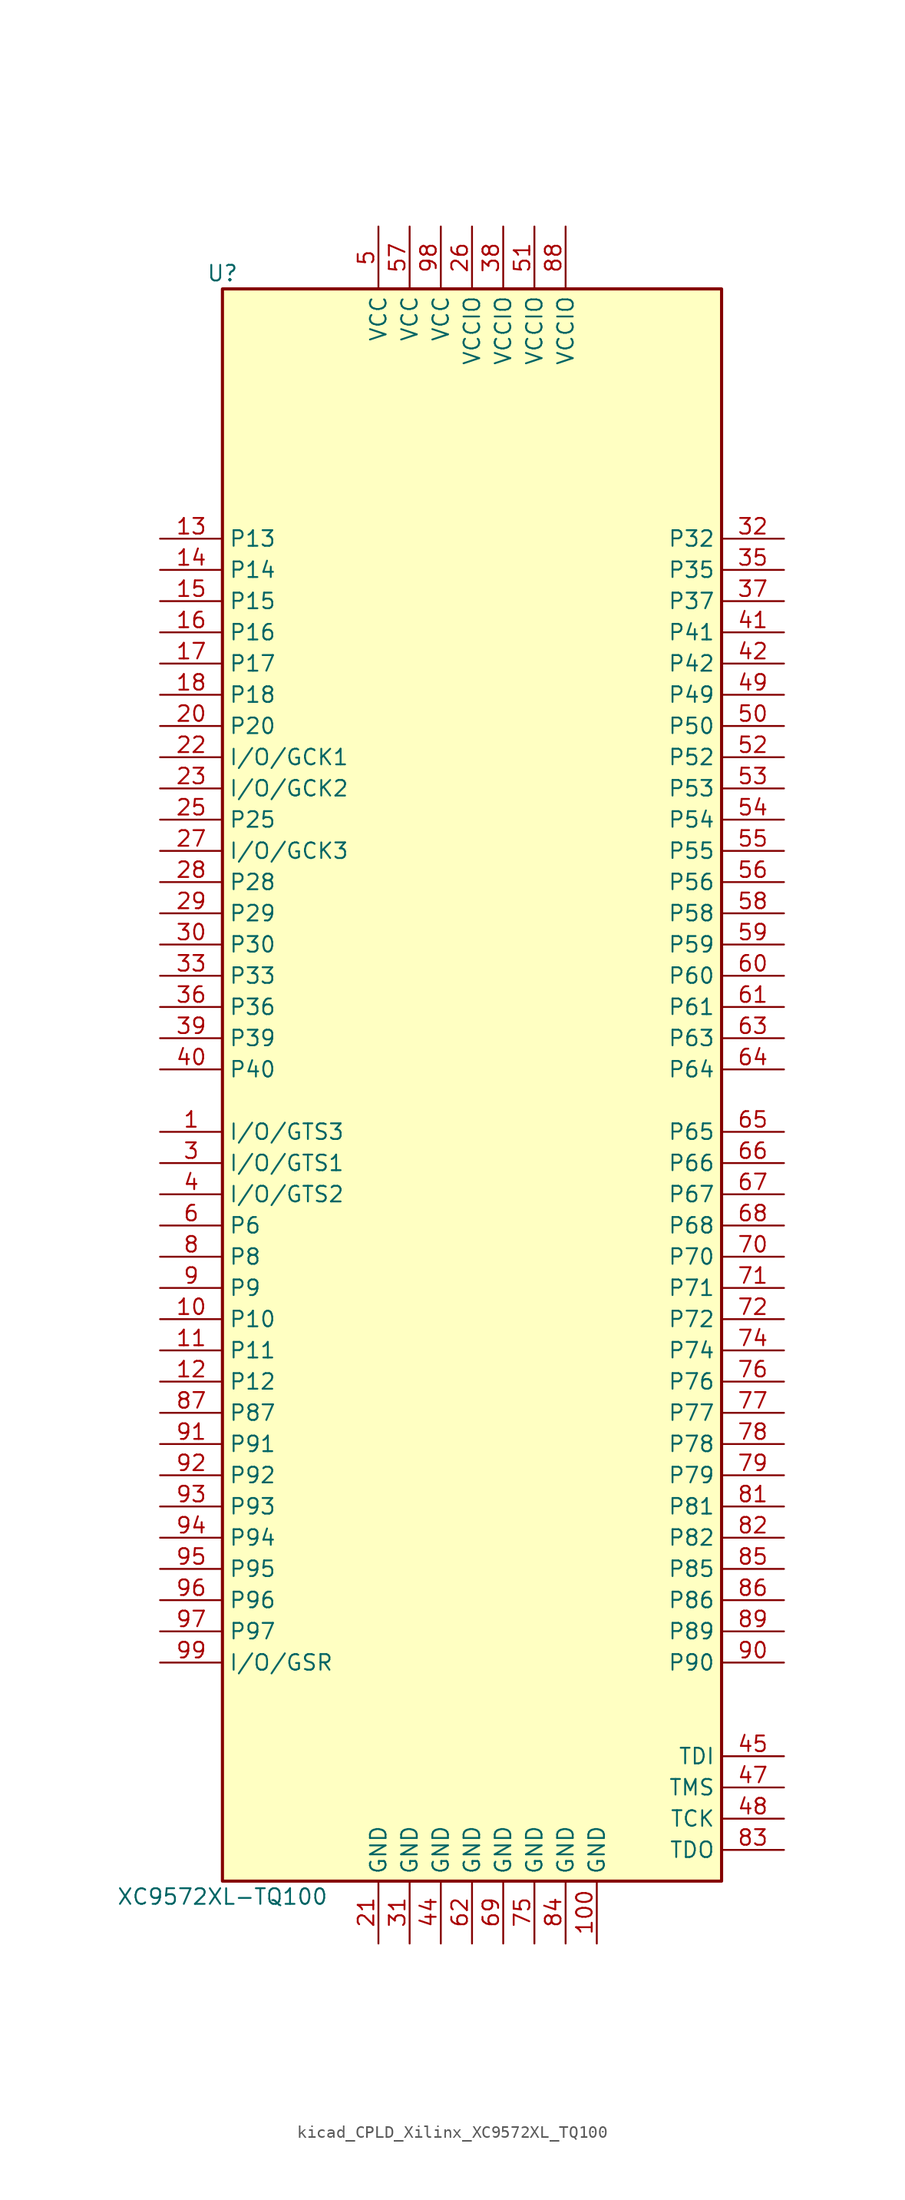
<source format=kicad_sym>
(kicad_symbol_lib
  (version 20220914)
  (generator kicad_symbol_editor)
  (symbol "kicad_CPLD_Xilinx_XC9572XL_TQ100"
    (property "Reference" "U"
      (at -20.32 64.77 0)
      (effects (font (size 1.27 1.27))))
    (property "Value" "XC9572XL-TQ100"
      (at -20.32 -67.31 0)
      (effects (font (size 1.27 1.27))))
    (symbol "kicad_CPLD_Xilinx_XC9572XL_TQ100_1_1"
      (rectangle (start -20.32 63.5) (end 20.32 -66.04) (stroke (width 0.254) (type default)) (fill (type background)))
      (pin bidirectional line (at -25.4 -5.08 0) (length 5.08) (name "I/O/GTS3" (effects (font (size 1.27 1.27)))) (number "1" (effects (font (size 1.27 1.27)))))
      (pin bidirectional line (at -25.4 -20.32 0) (length 5.08) (name "P10" (effects (font (size 1.27 1.27)))) (number "10" (effects (font (size 1.27 1.27)))))
      (pin power_in line (at 10.16 -71.12 90) (length 5.08) (name "GND" (effects (font (size 1.27 1.27)))) (number "100" (effects (font (size 1.27 1.27)))))
      (pin bidirectional line (at -25.4 -22.86 0) (length 5.08) (name "P11" (effects (font (size 1.27 1.27)))) (number "11" (effects (font (size 1.27 1.27)))))
      (pin bidirectional line (at -25.4 -25.4 0) (length 5.08) (name "P12" (effects (font (size 1.27 1.27)))) (number "12" (effects (font (size 1.27 1.27)))))
      (pin bidirectional line (at -25.4 43.18 0) (length 5.08) (name "P13" (effects (font (size 1.27 1.27)))) (number "13" (effects (font (size 1.27 1.27)))))
      (pin bidirectional line (at -25.4 40.64 0) (length 5.08) (name "P14" (effects (font (size 1.27 1.27)))) (number "14" (effects (font (size 1.27 1.27)))))
      (pin bidirectional line (at -25.4 38.1 0) (length 5.08) (name "P15" (effects (font (size 1.27 1.27)))) (number "15" (effects (font (size 1.27 1.27)))))
      (pin bidirectional line (at -25.4 35.56 0) (length 5.08) (name "P16" (effects (font (size 1.27 1.27)))) (number "16" (effects (font (size 1.27 1.27)))))
      (pin bidirectional line (at -25.4 33.02 0) (length 5.08) (name "P17" (effects (font (size 1.27 1.27)))) (number "17" (effects (font (size 1.27 1.27)))))
      (pin bidirectional line (at -25.4 30.48 0) (length 5.08) (name "P18" (effects (font (size 1.27 1.27)))) (number "18" (effects (font (size 1.27 1.27)))))
      (pin no_connect line (at -20.32 55.88 0) (length 0) hide (name "NC" (effects (font (size 1.27 1.27)))) (number "19" (effects (font (size 1.27 1.27)))))
      (pin no_connect line (at -20.32 60.96 0) (length 0) hide (name "NC" (effects (font (size 1.27 1.27)))) (number "2" (effects (font (size 1.27 1.27)))))
      (pin bidirectional line (at -25.4 27.94 0) (length 5.08) (name "P20" (effects (font (size 1.27 1.27)))) (number "20" (effects (font (size 1.27 1.27)))))
      (pin power_in line (at -7.62 -71.12 90) (length 5.08) (name "GND" (effects (font (size 1.27 1.27)))) (number "21" (effects (font (size 1.27 1.27)))))
      (pin bidirectional line (at -25.4 25.4 0) (length 5.08) (name "I/O/GCK1" (effects (font (size 1.27 1.27)))) (number "22" (effects (font (size 1.27 1.27)))))
      (pin bidirectional line (at -25.4 22.86 0) (length 5.08) (name "I/O/GCK2" (effects (font (size 1.27 1.27)))) (number "23" (effects (font (size 1.27 1.27)))))
      (pin no_connect line (at -20.32 53.34 0) (length 0) hide (name "NC" (effects (font (size 1.27 1.27)))) (number "24" (effects (font (size 1.27 1.27)))))
      (pin bidirectional line (at -25.4 20.32 0) (length 5.08) (name "P25" (effects (font (size 1.27 1.27)))) (number "25" (effects (font (size 1.27 1.27)))))
      (pin power_in line (at 0 68.58 270) (length 5.08) (name "VCCIO" (effects (font (size 1.27 1.27)))) (number "26" (effects (font (size 1.27 1.27)))))
      (pin bidirectional line (at -25.4 17.78 0) (length 5.08) (name "I/O/GCK3" (effects (font (size 1.27 1.27)))) (number "27" (effects (font (size 1.27 1.27)))))
      (pin bidirectional line (at -25.4 15.24 0) (length 5.08) (name "P28" (effects (font (size 1.27 1.27)))) (number "28" (effects (font (size 1.27 1.27)))))
      (pin bidirectional line (at -25.4 12.7 0) (length 5.08) (name "P29" (effects (font (size 1.27 1.27)))) (number "29" (effects (font (size 1.27 1.27)))))
      (pin bidirectional line (at -25.4 -7.62 0) (length 5.08) (name "I/O/GTS1" (effects (font (size 1.27 1.27)))) (number "3" (effects (font (size 1.27 1.27)))))
      (pin bidirectional line (at -25.4 10.16 0) (length 5.08) (name "P30" (effects (font (size 1.27 1.27)))) (number "30" (effects (font (size 1.27 1.27)))))
      (pin power_in line (at -5.08 -71.12 90) (length 5.08) (name "GND" (effects (font (size 1.27 1.27)))) (number "31" (effects (font (size 1.27 1.27)))))
      (pin bidirectional line (at 25.4 43.18 180) (length 5.08) (name "P32" (effects (font (size 1.27 1.27)))) (number "32" (effects (font (size 1.27 1.27)))))
      (pin bidirectional line (at -25.4 7.62 0) (length 5.08) (name "P33" (effects (font (size 1.27 1.27)))) (number "33" (effects (font (size 1.27 1.27)))))
      (pin no_connect line (at -20.32 50.8 0) (length 0) hide (name "NC" (effects (font (size 1.27 1.27)))) (number "34" (effects (font (size 1.27 1.27)))))
      (pin bidirectional line (at 25.4 40.64 180) (length 5.08) (name "P35" (effects (font (size 1.27 1.27)))) (number "35" (effects (font (size 1.27 1.27)))))
      (pin bidirectional line (at -25.4 5.08 0) (length 5.08) (name "P36" (effects (font (size 1.27 1.27)))) (number "36" (effects (font (size 1.27 1.27)))))
      (pin bidirectional line (at 25.4 38.1 180) (length 5.08) (name "P37" (effects (font (size 1.27 1.27)))) (number "37" (effects (font (size 1.27 1.27)))))
      (pin power_in line (at 2.54 68.58 270) (length 5.08) (name "VCCIO" (effects (font (size 1.27 1.27)))) (number "38" (effects (font (size 1.27 1.27)))))
      (pin bidirectional line (at -25.4 2.54 0) (length 5.08) (name "P39" (effects (font (size 1.27 1.27)))) (number "39" (effects (font (size 1.27 1.27)))))
      (pin bidirectional line (at -25.4 -10.16 0) (length 5.08) (name "I/O/GTS2" (effects (font (size 1.27 1.27)))) (number "4" (effects (font (size 1.27 1.27)))))
      (pin bidirectional line (at -25.4 0 0) (length 5.08) (name "P40" (effects (font (size 1.27 1.27)))) (number "40" (effects (font (size 1.27 1.27)))))
      (pin bidirectional line (at 25.4 35.56 180) (length 5.08) (name "P41" (effects (font (size 1.27 1.27)))) (number "41" (effects (font (size 1.27 1.27)))))
      (pin bidirectional line (at 25.4 33.02 180) (length 5.08) (name "P42" (effects (font (size 1.27 1.27)))) (number "42" (effects (font (size 1.27 1.27)))))
      (pin no_connect line (at -20.32 48.26 0) (length 0) hide (name "NC" (effects (font (size 1.27 1.27)))) (number "43" (effects (font (size 1.27 1.27)))))
      (pin power_in line (at -2.54 -71.12 90) (length 5.08) (name "GND" (effects (font (size 1.27 1.27)))) (number "44" (effects (font (size 1.27 1.27)))))
      (pin input line (at 25.4 -55.88 180) (length 5.08) (name "TDI" (effects (font (size 1.27 1.27)))) (number "45" (effects (font (size 1.27 1.27)))))
      (pin no_connect line (at 20.32 60.96 180) (length 0) hide (name "NC" (effects (font (size 1.27 1.27)))) (number "46" (effects (font (size 1.27 1.27)))))
      (pin input line (at 25.4 -58.42 180) (length 5.08) (name "TMS" (effects (font (size 1.27 1.27)))) (number "47" (effects (font (size 1.27 1.27)))))
      (pin input line (at 25.4 -60.96 180) (length 5.08) (name "TCK" (effects (font (size 1.27 1.27)))) (number "48" (effects (font (size 1.27 1.27)))))
      (pin bidirectional line (at 25.4 30.48 180) (length 5.08) (name "P49" (effects (font (size 1.27 1.27)))) (number "49" (effects (font (size 1.27 1.27)))))
      (pin power_in line (at -7.62 68.58 270) (length 5.08) (name "VCC" (effects (font (size 1.27 1.27)))) (number "5" (effects (font (size 1.27 1.27)))))
      (pin bidirectional line (at 25.4 27.94 180) (length 5.08) (name "P50" (effects (font (size 1.27 1.27)))) (number "50" (effects (font (size 1.27 1.27)))))
      (pin power_in line (at 5.08 68.58 270) (length 5.08) (name "VCCIO" (effects (font (size 1.27 1.27)))) (number "51" (effects (font (size 1.27 1.27)))))
      (pin bidirectional line (at 25.4 25.4 180) (length 5.08) (name "P52" (effects (font (size 1.27 1.27)))) (number "52" (effects (font (size 1.27 1.27)))))
      (pin bidirectional line (at 25.4 22.86 180) (length 5.08) (name "P53" (effects (font (size 1.27 1.27)))) (number "53" (effects (font (size 1.27 1.27)))))
      (pin bidirectional line (at 25.4 20.32 180) (length 5.08) (name "P54" (effects (font (size 1.27 1.27)))) (number "54" (effects (font (size 1.27 1.27)))))
      (pin bidirectional line (at 25.4 17.78 180) (length 5.08) (name "P55" (effects (font (size 1.27 1.27)))) (number "55" (effects (font (size 1.27 1.27)))))
      (pin bidirectional line (at 25.4 15.24 180) (length 5.08) (name "P56" (effects (font (size 1.27 1.27)))) (number "56" (effects (font (size 1.27 1.27)))))
      (pin power_in line (at -5.08 68.58 270) (length 5.08) (name "VCC" (effects (font (size 1.27 1.27)))) (number "57" (effects (font (size 1.27 1.27)))))
      (pin bidirectional line (at 25.4 12.7 180) (length 5.08) (name "P58" (effects (font (size 1.27 1.27)))) (number "58" (effects (font (size 1.27 1.27)))))
      (pin bidirectional line (at 25.4 10.16 180) (length 5.08) (name "P59" (effects (font (size 1.27 1.27)))) (number "59" (effects (font (size 1.27 1.27)))))
      (pin bidirectional line (at -25.4 -12.7 0) (length 5.08) (name "P6" (effects (font (size 1.27 1.27)))) (number "6" (effects (font (size 1.27 1.27)))))
      (pin bidirectional line (at 25.4 7.62 180) (length 5.08) (name "P60" (effects (font (size 1.27 1.27)))) (number "60" (effects (font (size 1.27 1.27)))))
      (pin bidirectional line (at 25.4 5.08 180) (length 5.08) (name "P61" (effects (font (size 1.27 1.27)))) (number "61" (effects (font (size 1.27 1.27)))))
      (pin power_in line (at 0 -71.12 90) (length 5.08) (name "GND" (effects (font (size 1.27 1.27)))) (number "62" (effects (font (size 1.27 1.27)))))
      (pin bidirectional line (at 25.4 2.54 180) (length 5.08) (name "P63" (effects (font (size 1.27 1.27)))) (number "63" (effects (font (size 1.27 1.27)))))
      (pin bidirectional line (at 25.4 0 180) (length 5.08) (name "P64" (effects (font (size 1.27 1.27)))) (number "64" (effects (font (size 1.27 1.27)))))
      (pin bidirectional line (at 25.4 -5.08 180) (length 5.08) (name "P65" (effects (font (size 1.27 1.27)))) (number "65" (effects (font (size 1.27 1.27)))))
      (pin bidirectional line (at 25.4 -7.62 180) (length 5.08) (name "P66" (effects (font (size 1.27 1.27)))) (number "66" (effects (font (size 1.27 1.27)))))
      (pin bidirectional line (at 25.4 -10.16 180) (length 5.08) (name "P67" (effects (font (size 1.27 1.27)))) (number "67" (effects (font (size 1.27 1.27)))))
      (pin bidirectional line (at 25.4 -12.7 180) (length 5.08) (name "P68" (effects (font (size 1.27 1.27)))) (number "68" (effects (font (size 1.27 1.27)))))
      (pin power_in line (at 2.54 -71.12 90) (length 5.08) (name "GND" (effects (font (size 1.27 1.27)))) (number "69" (effects (font (size 1.27 1.27)))))
      (pin no_connect line (at -20.32 58.42 0) (length 0) hide (name "NC" (effects (font (size 1.27 1.27)))) (number "7" (effects (font (size 1.27 1.27)))))
      (pin bidirectional line (at 25.4 -15.24 180) (length 5.08) (name "P70" (effects (font (size 1.27 1.27)))) (number "70" (effects (font (size 1.27 1.27)))))
      (pin bidirectional line (at 25.4 -17.78 180) (length 5.08) (name "P71" (effects (font (size 1.27 1.27)))) (number "71" (effects (font (size 1.27 1.27)))))
      (pin bidirectional line (at 25.4 -20.32 180) (length 5.08) (name "P72" (effects (font (size 1.27 1.27)))) (number "72" (effects (font (size 1.27 1.27)))))
      (pin no_connect line (at 20.32 58.42 180) (length 0) hide (name "NC" (effects (font (size 1.27 1.27)))) (number "73" (effects (font (size 1.27 1.27)))))
      (pin bidirectional line (at 25.4 -22.86 180) (length 5.08) (name "P74" (effects (font (size 1.27 1.27)))) (number "74" (effects (font (size 1.27 1.27)))))
      (pin power_in line (at 5.08 -71.12 90) (length 5.08) (name "GND" (effects (font (size 1.27 1.27)))) (number "75" (effects (font (size 1.27 1.27)))))
      (pin bidirectional line (at 25.4 -25.4 180) (length 5.08) (name "P76" (effects (font (size 1.27 1.27)))) (number "76" (effects (font (size 1.27 1.27)))))
      (pin bidirectional line (at 25.4 -27.94 180) (length 5.08) (name "P77" (effects (font (size 1.27 1.27)))) (number "77" (effects (font (size 1.27 1.27)))))
      (pin bidirectional line (at 25.4 -30.48 180) (length 5.08) (name "P78" (effects (font (size 1.27 1.27)))) (number "78" (effects (font (size 1.27 1.27)))))
      (pin bidirectional line (at 25.4 -33.02 180) (length 5.08) (name "P79" (effects (font (size 1.27 1.27)))) (number "79" (effects (font (size 1.27 1.27)))))
      (pin bidirectional line (at -25.4 -15.24 0) (length 5.08) (name "P8" (effects (font (size 1.27 1.27)))) (number "8" (effects (font (size 1.27 1.27)))))
      (pin no_connect line (at 20.32 55.88 180) (length 0) hide (name "NC" (effects (font (size 1.27 1.27)))) (number "80" (effects (font (size 1.27 1.27)))))
      (pin bidirectional line (at 25.4 -35.56 180) (length 5.08) (name "P81" (effects (font (size 1.27 1.27)))) (number "81" (effects (font (size 1.27 1.27)))))
      (pin bidirectional line (at 25.4 -38.1 180) (length 5.08) (name "P82" (effects (font (size 1.27 1.27)))) (number "82" (effects (font (size 1.27 1.27)))))
      (pin output line (at 25.4 -63.5 180) (length 5.08) (name "TDO" (effects (font (size 1.27 1.27)))) (number "83" (effects (font (size 1.27 1.27)))))
      (pin power_in line (at 7.62 -71.12 90) (length 5.08) (name "GND" (effects (font (size 1.27 1.27)))) (number "84" (effects (font (size 1.27 1.27)))))
      (pin bidirectional line (at 25.4 -40.64 180) (length 5.08) (name "P85" (effects (font (size 1.27 1.27)))) (number "85" (effects (font (size 1.27 1.27)))))
      (pin bidirectional line (at 25.4 -43.18 180) (length 5.08) (name "P86" (effects (font (size 1.27 1.27)))) (number "86" (effects (font (size 1.27 1.27)))))
      (pin bidirectional line (at -25.4 -27.94 0) (length 5.08) (name "P87" (effects (font (size 1.27 1.27)))) (number "87" (effects (font (size 1.27 1.27)))))
      (pin power_in line (at 7.62 68.58 270) (length 5.08) (name "VCCIO" (effects (font (size 1.27 1.27)))) (number "88" (effects (font (size 1.27 1.27)))))
      (pin bidirectional line (at 25.4 -45.72 180) (length 5.08) (name "P89" (effects (font (size 1.27 1.27)))) (number "89" (effects (font (size 1.27 1.27)))))
      (pin bidirectional line (at -25.4 -17.78 0) (length 5.08) (name "P9" (effects (font (size 1.27 1.27)))) (number "9" (effects (font (size 1.27 1.27)))))
      (pin bidirectional line (at 25.4 -48.26 180) (length 5.08) (name "P90" (effects (font (size 1.27 1.27)))) (number "90" (effects (font (size 1.27 1.27)))))
      (pin bidirectional line (at -25.4 -30.48 0) (length 5.08) (name "P91" (effects (font (size 1.27 1.27)))) (number "91" (effects (font (size 1.27 1.27)))))
      (pin bidirectional line (at -25.4 -33.02 0) (length 5.08) (name "P92" (effects (font (size 1.27 1.27)))) (number "92" (effects (font (size 1.27 1.27)))))
      (pin bidirectional line (at -25.4 -35.56 0) (length 5.08) (name "P93" (effects (font (size 1.27 1.27)))) (number "93" (effects (font (size 1.27 1.27)))))
      (pin bidirectional line (at -25.4 -38.1 0) (length 5.08) (name "P94" (effects (font (size 1.27 1.27)))) (number "94" (effects (font (size 1.27 1.27)))))
      (pin bidirectional line (at -25.4 -40.64 0) (length 5.08) (name "P95" (effects (font (size 1.27 1.27)))) (number "95" (effects (font (size 1.27 1.27)))))
      (pin bidirectional line (at -25.4 -43.18 0) (length 5.08) (name "P96" (effects (font (size 1.27 1.27)))) (number "96" (effects (font (size 1.27 1.27)))))
      (pin bidirectional line (at -25.4 -45.72 0) (length 5.08) (name "P97" (effects (font (size 1.27 1.27)))) (number "97" (effects (font (size 1.27 1.27)))))
      (pin power_in line (at -2.54 68.58 270) (length 5.08) (name "VCC" (effects (font (size 1.27 1.27)))) (number "98" (effects (font (size 1.27 1.27)))))
      (pin bidirectional line (at -25.4 -48.26 0) (length 5.08) (name "I/O/GSR" (effects (font (size 1.27 1.27)))) (number "99" (effects (font (size 1.27 1.27))))))))
</source>
